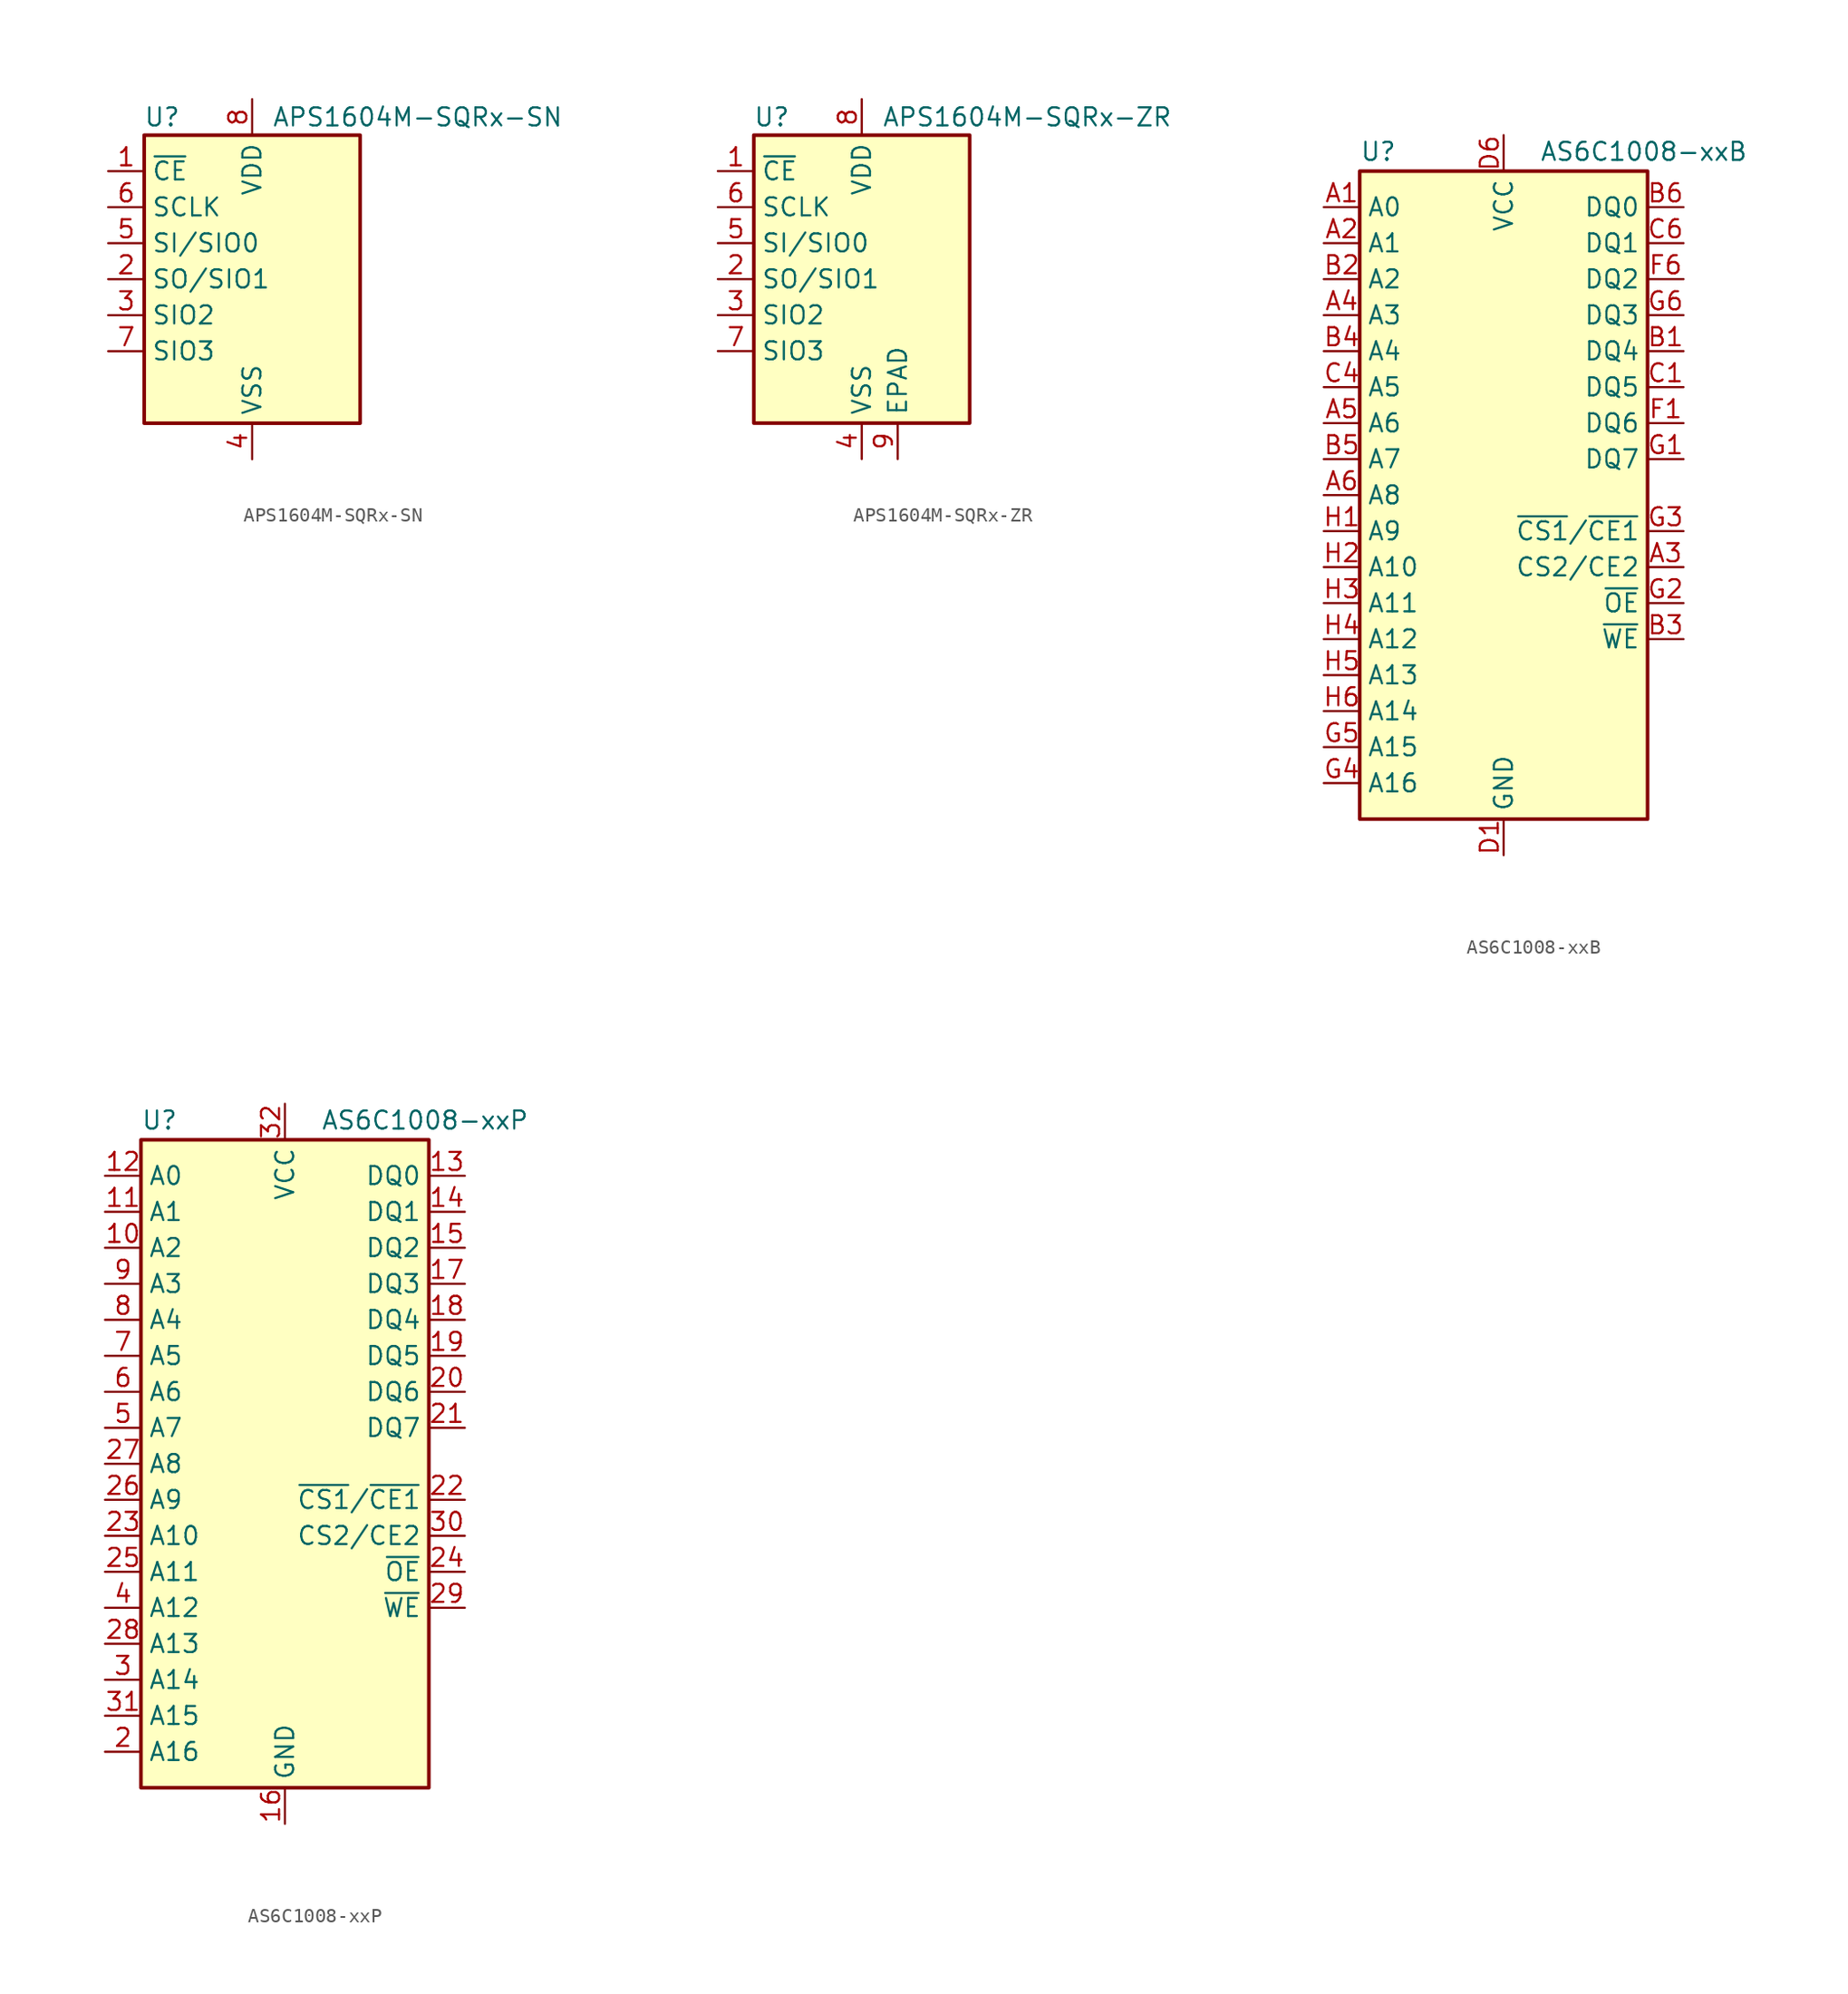
<source format=kicad_sym>
(kicad_symbol_lib
  (version 20241209)
  (generator "kicad_symbol_editor")
  (generator_version "9.0")
  (symbol "APS1604M-SQRx-SN"
    (property "Reference" "U"
      (at -6.35 11.43 0)
      (effects (font (size 1.27 1.27))))
    (property "Value" "APS1604M-SQRx-SN"
      (at 11.684 11.43 0)
      (effects (font (size 1.27 1.27))))
    (symbol "APS1604M-SQRx-SN_0_1"
      (rectangle (start -7.62 10.16) (end 7.62 -10.16) (stroke (width 0.254) (type default)) (fill (type background))))
    (symbol "APS1604M-SQRx-SN_1_1"
      (pin input line (at -10.16 7.62 0) (length 2.54) (name "~{CE}" (effects (font (size 1.27 1.27)))) (number "1" (effects (font (size 1.27 1.27)))))
      (pin input line (at -10.16 5.08 0) (length 2.54) (name "SCLK" (effects (font (size 1.27 1.27)))) (number "6" (effects (font (size 1.27 1.27)))))
      (pin bidirectional line (at -10.16 2.54 0) (length 2.54) (name "SI/SIO0" (effects (font (size 1.27 1.27)))) (number "5" (effects (font (size 1.27 1.27)))))
      (pin bidirectional line (at -10.16 0 0) (length 2.54) (name "SO/SIO1" (effects (font (size 1.27 1.27)))) (number "2" (effects (font (size 1.27 1.27)))))
      (pin bidirectional line (at -10.16 -2.54 0) (length 2.54) (name "SIO2" (effects (font (size 1.27 1.27)))) (number "3" (effects (font (size 1.27 1.27)))))
      (pin bidirectional line (at -10.16 -5.08 0) (length 2.54) (name "SIO3" (effects (font (size 1.27 1.27)))) (number "7" (effects (font (size 1.27 1.27)))))
      (pin power_in line (at 0 12.7 270) (length 2.54) (name "VDD" (effects (font (size 1.27 1.27)))) (number "8" (effects (font (size 1.27 1.27)))))
      (pin power_in line (at 0 -12.7 90) (length 2.54) (name "VSS" (effects (font (size 1.27 1.27)))) (number "4" (effects (font (size 1.27 1.27)))))))
  (symbol "APS1604M-SQRx-ZR"
    (property "Reference" "U"
      (at -6.35 11.43 0)
      (effects (font (size 1.27 1.27))))
    (property "Value" "APS1604M-SQRx-ZR"
      (at 11.684 11.43 0)
      (effects (font (size 1.27 1.27))))
    (symbol "APS1604M-SQRx-ZR_0_1"
      (rectangle (start -7.62 10.16) (end 7.62 -10.16) (stroke (width 0.254) (type default)) (fill (type background))))
    (symbol "APS1604M-SQRx-ZR_1_1"
      (pin input line (at -10.16 7.62 0) (length 2.54) (name "~{CE}" (effects (font (size 1.27 1.27)))) (number "1" (effects (font (size 1.27 1.27)))))
      (pin input line (at -10.16 5.08 0) (length 2.54) (name "SCLK" (effects (font (size 1.27 1.27)))) (number "6" (effects (font (size 1.27 1.27)))))
      (pin bidirectional line (at -10.16 2.54 0) (length 2.54) (name "SI/SIO0" (effects (font (size 1.27 1.27)))) (number "5" (effects (font (size 1.27 1.27)))))
      (pin bidirectional line (at -10.16 0 0) (length 2.54) (name "SO/SIO1" (effects (font (size 1.27 1.27)))) (number "2" (effects (font (size 1.27 1.27)))))
      (pin bidirectional line (at -10.16 -2.54 0) (length 2.54) (name "SIO2" (effects (font (size 1.27 1.27)))) (number "3" (effects (font (size 1.27 1.27)))))
      (pin bidirectional line (at -10.16 -5.08 0) (length 2.54) (name "SIO3" (effects (font (size 1.27 1.27)))) (number "7" (effects (font (size 1.27 1.27)))))
      (pin power_in line (at 0 12.7 270) (length 2.54) (name "VDD" (effects (font (size 1.27 1.27)))) (number "8" (effects (font (size 1.27 1.27)))))
      (pin power_in line (at 0 -12.7 90) (length 2.54) (name "VSS" (effects (font (size 1.27 1.27)))) (number "4" (effects (font (size 1.27 1.27)))))
      (pin passive line (at 2.54 -12.7 90) (length 2.54) (name "EPAD" (effects (font (size 1.27 1.27)))) (number "9" (effects (font (size 1.27 1.27)))))))
  (symbol "AS6C1008-xxB"
    (property "Reference" "U"
      (at -10.16 23.495 0)
      (effects (font (size 1.27 1.27)) (justify left bottom)))
    (property "Value" "AS6C1008-xxB"
      (at 2.54 23.495 0)
      (effects (font (size 1.27 1.27)) (justify left bottom)))
    (symbol "AS6C1008-xxB_0_0"
      (pin power_in line (at 0 25.4 270) (length 2.54) (name "VCC" (effects (font (size 1.27 1.27)))) (number "D6" (effects (font (size 1.27 1.27)))))
      (pin power_in line (at 0 -25.4 90) (length 2.54) (name "GND" (effects (font (size 1.27 1.27)))) (number "D1" (effects (font (size 1.27 1.27))))))
    (symbol "AS6C1008-xxB_0_1"
      (rectangle (start -10.16 22.86) (end 10.16 -22.86) (stroke (width 0.254) (type default)) (fill (type background))))
    (symbol "AS6C1008-xxB_1_0"
      (pin passive line (at 0 25.4 270) (length 2.54) (hide yes) (name "VCC" (effects (font (size 1.27 1.27)))) (number "E1" (effects (font (size 1.27 1.27)))))
      (pin passive line (at 0 -25.4 90) (length 2.54) (hide yes) (name "GND" (effects (font (size 1.27 1.27)))) (number "E6" (effects (font (size 1.27 1.27)))))
      (pin no_connect line (at 10.16 -15.24 180) (length 2.54) (hide yes) (name "NC" (effects (font (size 1.27 1.27)))) (number "F3" (effects (font (size 1.27 1.27)))))
      (pin no_connect line (at 10.16 -17.78 180) (length 2.54) (hide yes) (name "NC" (effects (font (size 1.27 1.27)))) (number "F4" (effects (font (size 1.27 1.27))))))
    (symbol "AS6C1008-xxB_1_1"
      (pin input line (at -12.7 20.32 0) (length 2.54) (name "A0" (effects (font (size 1.27 1.27)))) (number "A1" (effects (font (size 1.27 1.27)))))
      (pin input line (at -12.7 17.78 0) (length 2.54) (name "A1" (effects (font (size 1.27 1.27)))) (number "A2" (effects (font (size 1.27 1.27)))))
      (pin input line (at -12.7 15.24 0) (length 2.54) (name "A2" (effects (font (size 1.27 1.27)))) (number "B2" (effects (font (size 1.27 1.27)))))
      (pin input line (at -12.7 12.7 0) (length 2.54) (name "A3" (effects (font (size 1.27 1.27)))) (number "A4" (effects (font (size 1.27 1.27)))))
      (pin input line (at -12.7 10.16 0) (length 2.54) (name "A4" (effects (font (size 1.27 1.27)))) (number "B4" (effects (font (size 1.27 1.27)))))
      (pin input line (at -12.7 7.62 0) (length 2.54) (name "A5" (effects (font (size 1.27 1.27)))) (number "C4" (effects (font (size 1.27 1.27)))))
      (pin input line (at -12.7 5.08 0) (length 2.54) (name "A6" (effects (font (size 1.27 1.27)))) (number "A5" (effects (font (size 1.27 1.27)))))
      (pin input line (at -12.7 2.54 0) (length 2.54) (name "A7" (effects (font (size 1.27 1.27)))) (number "B5" (effects (font (size 1.27 1.27)))))
      (pin input line (at -12.7 0 0) (length 2.54) (name "A8" (effects (font (size 1.27 1.27)))) (number "A6" (effects (font (size 1.27 1.27)))))
      (pin input line (at -12.7 -2.54 0) (length 2.54) (name "A9" (effects (font (size 1.27 1.27)))) (number "H1" (effects (font (size 1.27 1.27)))))
      (pin input line (at -12.7 -5.08 0) (length 2.54) (name "A10" (effects (font (size 1.27 1.27)))) (number "H2" (effects (font (size 1.27 1.27)))))
      (pin input line (at -12.7 -7.62 0) (length 2.54) (name "A11" (effects (font (size 1.27 1.27)))) (number "H3" (effects (font (size 1.27 1.27)))))
      (pin input line (at -12.7 -10.16 0) (length 2.54) (name "A12" (effects (font (size 1.27 1.27)))) (number "H4" (effects (font (size 1.27 1.27)))))
      (pin input line (at -12.7 -12.7 0) (length 2.54) (name "A13" (effects (font (size 1.27 1.27)))) (number "H5" (effects (font (size 1.27 1.27)))))
      (pin input line (at -12.7 -15.24 0) (length 2.54) (name "A14" (effects (font (size 1.27 1.27)))) (number "H6" (effects (font (size 1.27 1.27)))))
      (pin input line (at -12.7 -17.78 0) (length 2.54) (name "A15" (effects (font (size 1.27 1.27)))) (number "G5" (effects (font (size 1.27 1.27)))))
      (pin input line (at -12.7 -20.32 0) (length 2.54) (name "A16" (effects (font (size 1.27 1.27)))) (number "G4" (effects (font (size 1.27 1.27)))))
      (pin no_connect line (at 10.16 -20.32 180) (length 2.54) (hide yes) (name "NC" (effects (font (size 1.27 1.27)))) (number "C3" (effects (font (size 1.27 1.27)))))
      (pin tri_state line (at 12.7 20.32 180) (length 2.54) (name "DQ0" (effects (font (size 1.27 1.27)))) (number "B6" (effects (font (size 1.27 1.27)))))
      (pin tri_state line (at 12.7 17.78 180) (length 2.54) (name "DQ1" (effects (font (size 1.27 1.27)))) (number "C6" (effects (font (size 1.27 1.27)))))
      (pin tri_state line (at 12.7 15.24 180) (length 2.54) (name "DQ2" (effects (font (size 1.27 1.27)))) (number "F6" (effects (font (size 1.27 1.27)))))
      (pin tri_state line (at 12.7 12.7 180) (length 2.54) (name "DQ3" (effects (font (size 1.27 1.27)))) (number "G6" (effects (font (size 1.27 1.27)))))
      (pin tri_state line (at 12.7 10.16 180) (length 2.54) (name "DQ4" (effects (font (size 1.27 1.27)))) (number "B1" (effects (font (size 1.27 1.27)))))
      (pin tri_state line (at 12.7 7.62 180) (length 2.54) (name "DQ5" (effects (font (size 1.27 1.27)))) (number "C1" (effects (font (size 1.27 1.27)))))
      (pin tri_state line (at 12.7 5.08 180) (length 2.54) (name "DQ6" (effects (font (size 1.27 1.27)))) (number "F1" (effects (font (size 1.27 1.27)))))
      (pin tri_state line (at 12.7 2.54 180) (length 2.54) (name "DQ7" (effects (font (size 1.27 1.27)))) (number "G1" (effects (font (size 1.27 1.27)))))
      (pin input line (at 12.7 -2.54 180) (length 2.54) (name "~{CS1}/~{CE1}" (effects (font (size 1.27 1.27)))) (number "G3" (effects (font (size 1.27 1.27)))))
      (pin input line (at 12.7 -5.08 180) (length 2.54) (name "CS2/CE2" (effects (font (size 1.27 1.27)))) (number "A3" (effects (font (size 1.27 1.27)))))
      (pin input line (at 12.7 -7.62 180) (length 2.54) (name "~{OE}" (effects (font (size 1.27 1.27)))) (number "G2" (effects (font (size 1.27 1.27)))))
      (pin input line (at 12.7 -10.16 180) (length 2.54) (name "~{WE}" (effects (font (size 1.27 1.27)))) (number "B3" (effects (font (size 1.27 1.27)))))))
  (symbol "AS6C1008-xxP"
    (property "Reference" "U"
      (at -10.16 23.495 0)
      (effects (font (size 1.27 1.27)) (justify left bottom)))
    (property "Value" "AS6C1008-xxP"
      (at 2.54 23.495 0)
      (effects (font (size 1.27 1.27)) (justify left bottom)))
    (symbol "AS6C1008-xxP_0_0"
      (pin power_in line (at 0 25.4 270) (length 2.54) (name "VCC" (effects (font (size 1.27 1.27)))) (number "32" (effects (font (size 1.27 1.27)))))
      (pin power_in line (at 0 -25.4 90) (length 2.54) (name "GND" (effects (font (size 1.27 1.27)))) (number "16" (effects (font (size 1.27 1.27))))))
    (symbol "AS6C1008-xxP_0_1"
      (rectangle (start -10.16 22.86) (end 10.16 -22.86) (stroke (width 0.254) (type default)) (fill (type background))))
    (symbol "AS6C1008-xxP_1_1"
      (pin input line (at -12.7 20.32 0) (length 2.54) (name "A0" (effects (font (size 1.27 1.27)))) (number "12" (effects (font (size 1.27 1.27)))))
      (pin input line (at -12.7 17.78 0) (length 2.54) (name "A1" (effects (font (size 1.27 1.27)))) (number "11" (effects (font (size 1.27 1.27)))))
      (pin input line (at -12.7 15.24 0) (length 2.54) (name "A2" (effects (font (size 1.27 1.27)))) (number "10" (effects (font (size 1.27 1.27)))))
      (pin input line (at -12.7 12.7 0) (length 2.54) (name "A3" (effects (font (size 1.27 1.27)))) (number "9" (effects (font (size 1.27 1.27)))))
      (pin input line (at -12.7 10.16 0) (length 2.54) (name "A4" (effects (font (size 1.27 1.27)))) (number "8" (effects (font (size 1.27 1.27)))))
      (pin input line (at -12.7 7.62 0) (length 2.54) (name "A5" (effects (font (size 1.27 1.27)))) (number "7" (effects (font (size 1.27 1.27)))))
      (pin input line (at -12.7 5.08 0) (length 2.54) (name "A6" (effects (font (size 1.27 1.27)))) (number "6" (effects (font (size 1.27 1.27)))))
      (pin input line (at -12.7 2.54 0) (length 2.54) (name "A7" (effects (font (size 1.27 1.27)))) (number "5" (effects (font (size 1.27 1.27)))))
      (pin input line (at -12.7 0 0) (length 2.54) (name "A8" (effects (font (size 1.27 1.27)))) (number "27" (effects (font (size 1.27 1.27)))))
      (pin input line (at -12.7 -2.54 0) (length 2.54) (name "A9" (effects (font (size 1.27 1.27)))) (number "26" (effects (font (size 1.27 1.27)))))
      (pin input line (at -12.7 -5.08 0) (length 2.54) (name "A10" (effects (font (size 1.27 1.27)))) (number "23" (effects (font (size 1.27 1.27)))))
      (pin input line (at -12.7 -7.62 0) (length 2.54) (name "A11" (effects (font (size 1.27 1.27)))) (number "25" (effects (font (size 1.27 1.27)))))
      (pin input line (at -12.7 -10.16 0) (length 2.54) (name "A12" (effects (font (size 1.27 1.27)))) (number "4" (effects (font (size 1.27 1.27)))))
      (pin input line (at -12.7 -12.7 0) (length 2.54) (name "A13" (effects (font (size 1.27 1.27)))) (number "28" (effects (font (size 1.27 1.27)))))
      (pin input line (at -12.7 -15.24 0) (length 2.54) (name "A14" (effects (font (size 1.27 1.27)))) (number "3" (effects (font (size 1.27 1.27)))))
      (pin input line (at -12.7 -17.78 0) (length 2.54) (name "A15" (effects (font (size 1.27 1.27)))) (number "31" (effects (font (size 1.27 1.27)))))
      (pin input line (at -12.7 -20.32 0) (length 2.54) (name "A16" (effects (font (size 1.27 1.27)))) (number "2" (effects (font (size 1.27 1.27)))))
      (pin no_connect line (at 10.16 -20.32 180) (length 2.54) (hide yes) (name "NC" (effects (font (size 1.27 1.27)))) (number "1" (effects (font (size 1.27 1.27)))))
      (pin tri_state line (at 12.7 20.32 180) (length 2.54) (name "DQ0" (effects (font (size 1.27 1.27)))) (number "13" (effects (font (size 1.27 1.27)))))
      (pin tri_state line (at 12.7 17.78 180) (length 2.54) (name "DQ1" (effects (font (size 1.27 1.27)))) (number "14" (effects (font (size 1.27 1.27)))))
      (pin tri_state line (at 12.7 15.24 180) (length 2.54) (name "DQ2" (effects (font (size 1.27 1.27)))) (number "15" (effects (font (size 1.27 1.27)))))
      (pin tri_state line (at 12.7 12.7 180) (length 2.54) (name "DQ3" (effects (font (size 1.27 1.27)))) (number "17" (effects (font (size 1.27 1.27)))))
      (pin tri_state line (at 12.7 10.16 180) (length 2.54) (name "DQ4" (effects (font (size 1.27 1.27)))) (number "18" (effects (font (size 1.27 1.27)))))
      (pin tri_state line (at 12.7 7.62 180) (length 2.54) (name "DQ5" (effects (font (size 1.27 1.27)))) (number "19" (effects (font (size 1.27 1.27)))))
      (pin tri_state line (at 12.7 5.08 180) (length 2.54) (name "DQ6" (effects (font (size 1.27 1.27)))) (number "20" (effects (font (size 1.27 1.27)))))
      (pin tri_state line (at 12.7 2.54 180) (length 2.54) (name "DQ7" (effects (font (size 1.27 1.27)))) (number "21" (effects (font (size 1.27 1.27)))))
      (pin input line (at 12.7 -2.54 180) (length 2.54) (name "~{CS1}/~{CE1}" (effects (font (size 1.27 1.27)))) (number "22" (effects (font (size 1.27 1.27)))))
      (pin input line (at 12.7 -5.08 180) (length 2.54) (name "CS2/CE2" (effects (font (size 1.27 1.27)))) (number "30" (effects (font (size 1.27 1.27)))))
      (pin input line (at 12.7 -7.62 180) (length 2.54) (name "~{OE}" (effects (font (size 1.27 1.27)))) (number "24" (effects (font (size 1.27 1.27)))))
      (pin input line (at 12.7 -10.16 180) (length 2.54) (name "~{WE}" (effects (font (size 1.27 1.27)))) (number "29" (effects (font (size 1.27 1.27))))))))
</source>
